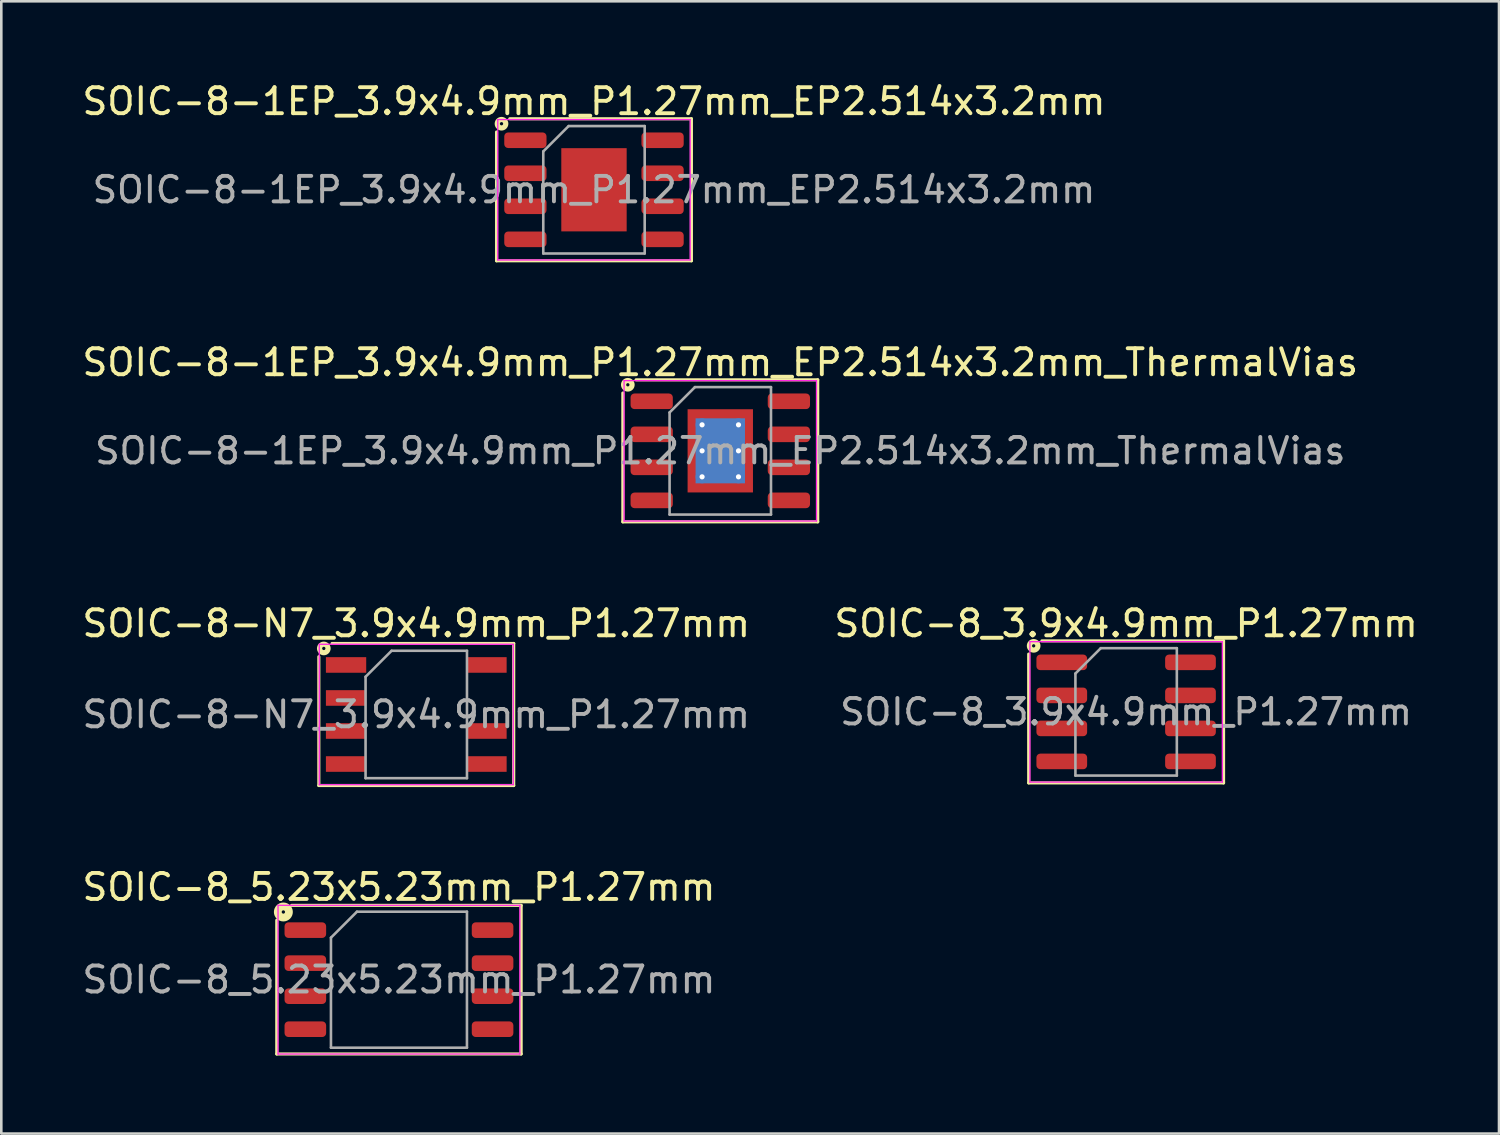
<source format=kicad_pcb>
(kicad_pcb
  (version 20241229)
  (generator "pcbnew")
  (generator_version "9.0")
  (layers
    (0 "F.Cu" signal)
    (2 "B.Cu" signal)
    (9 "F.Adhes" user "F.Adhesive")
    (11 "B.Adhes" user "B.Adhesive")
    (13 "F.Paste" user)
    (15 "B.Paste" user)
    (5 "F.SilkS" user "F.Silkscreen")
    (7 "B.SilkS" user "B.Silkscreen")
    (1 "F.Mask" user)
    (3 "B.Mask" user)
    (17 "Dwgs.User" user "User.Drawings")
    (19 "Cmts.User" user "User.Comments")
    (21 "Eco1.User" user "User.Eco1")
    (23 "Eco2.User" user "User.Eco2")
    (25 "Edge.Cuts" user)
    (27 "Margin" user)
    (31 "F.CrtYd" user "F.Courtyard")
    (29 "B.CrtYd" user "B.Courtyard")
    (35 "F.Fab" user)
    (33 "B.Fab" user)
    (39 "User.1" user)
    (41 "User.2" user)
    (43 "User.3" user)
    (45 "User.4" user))
  (footprint "SOIC-8_5.23x5.23mm_P1.27mm"
    (layer "F.Cu")
    (at 12.292 34.624)
    (property "Reference" "SOIC-8_5.23x5.23mm_P1.27mm" (at 0 -3.56 0) (layer "F.SilkS") (effects (font (size 1 1) (thickness 0.15))))
    (attr smd)
    (fp_line (start -4.699 -2.286) (end -4.699 2.857) (stroke (width 0.12) (type solid)) (layer "F.SilkS"))
    (fp_line (start -4.699 2.857) (end 4.699 2.857) (stroke (width 0.12) (type solid)) (layer "F.SilkS"))
    (fp_line (start 4.699 -2.857) (end -4.128 -2.857) (stroke (width 0.12) (type solid)) (layer "F.SilkS"))
    (fp_line (start 4.699 2.857) (end 4.699 -2.857) (stroke (width 0.12) (type solid)) (layer "F.SilkS"))
    (fp_circle (center -4.445 -2.603) (end -4.381 -2.603) (stroke (width 0.3) (type solid)) (fill no) (layer "F.SilkS"))
    (fp_line (start -4.65 -2.86) (end -4.65 2.86) (stroke (width 0.05) (type solid)) (layer "F.CrtYd"))
    (fp_line (start -4.65 2.86) (end 4.65 2.86) (stroke (width 0.05) (type solid)) (layer "F.CrtYd"))
    (fp_line (start 4.65 -2.86) (end -4.65 -2.86) (stroke (width 0.05) (type solid)) (layer "F.CrtYd"))
    (fp_line (start 4.65 2.86) (end 4.65 -2.86) (stroke (width 0.05) (type solid)) (layer "F.CrtYd"))
    (fp_line (start -2.615 -1.615) (end -1.615 -2.615) (stroke (width 0.1) (type solid)) (layer "F.Fab"))
    (fp_line (start -2.615 2.615) (end -2.615 -1.615) (stroke (width 0.1) (type solid)) (layer "F.Fab"))
    (fp_line (start -1.615 -2.615) (end 2.615 -2.615) (stroke (width 0.1) (type solid)) (layer "F.Fab"))
    (fp_line (start 2.615 -2.615) (end 2.615 2.615) (stroke (width 0.1) (type solid)) (layer "F.Fab"))
    (fp_line (start 2.615 2.615) (end -2.615 2.615) (stroke (width 0.1) (type solid)) (layer "F.Fab"))
    (fp_text user "${REFERENCE}" (at 0 0 0) (layer "F.Fab") (effects (font (size 1 1) (thickness 0.15))))
    (pad "1" smd roundrect (at -3.6 -1.905) (size 1.6 0.6) (layers "F.Cu" "F.Mask" "F.Paste") (roundrect_rratio 0.25))
    (pad "2" smd roundrect (at -3.6 -0.635) (size 1.6 0.6) (layers "F.Cu" "F.Mask" "F.Paste") (roundrect_rratio 0.25))
    (pad "3" smd roundrect (at -3.6 0.635) (size 1.6 0.6) (layers "F.Cu" "F.Mask" "F.Paste") (roundrect_rratio 0.25))
    (pad "4" smd roundrect (at -3.6 1.905) (size 1.6 0.6) (layers "F.Cu" "F.Mask" "F.Paste") (roundrect_rratio 0.25))
    (pad "5" smd roundrect (at 3.6 1.905) (size 1.6 0.6) (layers "F.Cu" "F.Mask" "F.Paste") (roundrect_rratio 0.25))
    (pad "6" smd roundrect (at 3.6 0.635) (size 1.6 0.6) (layers "F.Cu" "F.Mask" "F.Paste") (roundrect_rratio 0.25))
    (pad "7" smd roundrect (at 3.6 -0.635) (size 1.6 0.6) (layers "F.Cu" "F.Mask" "F.Paste") (roundrect_rratio 0.25))
    (pad "8" smd roundrect (at 3.6 -1.905) (size 1.6 0.6) (layers "F.Cu" "F.Mask" "F.Paste") (roundrect_rratio 0.25)))
  (footprint "SOIC-8-1EP_3.9x4.9mm_P1.27mm_EP2.514x3.2mm"
    (layer "F.Cu")
    (at 19.792 4.248)
    (property "Reference" "SOIC-8-1EP_3.9x4.9mm_P1.27mm_EP2.514x3.2mm" (at 0 -3.4 0) (layer "F.SilkS") (effects (font (size 1 1) (thickness 0.15))))
    (attr smd)
    (fp_line (start -3.747 -2.223) (end -3.747 2.731) (stroke (width 0.12) (type solid)) (layer "F.SilkS"))
    (fp_line (start -3.747 2.731) (end 3.747 2.731) (stroke (width 0.12) (type solid)) (layer "F.SilkS"))
    (fp_line (start 3.747 -2.731) (end -3.239 -2.731) (stroke (width 0.12) (type solid)) (layer "F.SilkS"))
    (fp_line (start 3.747 2.731) (end 3.747 -2.731) (stroke (width 0.12) (type solid)) (layer "F.SilkS"))
    (fp_circle (center -3.556 -2.54) (end -3.493 -2.54) (stroke (width 0.2) (type solid)) (fill no) (layer "F.SilkS"))
    (fp_line (start -3.7 -2.7) (end -3.7 2.7) (stroke (width 0.05) (type solid)) (layer "F.CrtYd"))
    (fp_line (start -3.7 2.7) (end 3.7 2.7) (stroke (width 0.05) (type solid)) (layer "F.CrtYd"))
    (fp_line (start 3.7 -2.7) (end -3.7 -2.7) (stroke (width 0.05) (type solid)) (layer "F.CrtYd"))
    (fp_line (start 3.7 2.7) (end 3.7 -2.7) (stroke (width 0.05) (type solid)) (layer "F.CrtYd"))
    (fp_line (start -1.95 -1.475) (end -0.975 -2.45) (stroke (width 0.1) (type solid)) (layer "F.Fab"))
    (fp_line (start -1.95 2.45) (end -1.95 -1.475) (stroke (width 0.1) (type solid)) (layer "F.Fab"))
    (fp_line (start -0.975 -2.45) (end 1.95 -2.45) (stroke (width 0.1) (type solid)) (layer "F.Fab"))
    (fp_line (start 1.95 -2.45) (end 1.95 2.45) (stroke (width 0.1) (type solid)) (layer "F.Fab"))
    (fp_line (start 1.95 2.45) (end -1.95 2.45) (stroke (width 0.1) (type solid)) (layer "F.Fab"))
    (fp_text user "${REFERENCE}" (at 0 0 0) (layer "F.Fab") (effects (font (size 0.98 0.98) (thickness 0.15))))
    (pad "" smd roundrect (at -0.63 -0.8) (size 1.01 1.29) (layers "F.Paste") (roundrect_rratio 0.248))
    (pad "" smd roundrect (at -0.63 0.8) (size 1.01 1.29) (layers "F.Paste") (roundrect_rratio 0.248))
    (pad "" smd roundrect (at 0.63 -0.8) (size 1.01 1.29) (layers "F.Paste") (roundrect_rratio 0.248))
    (pad "" smd roundrect (at 0.63 0.8) (size 1.01 1.29) (layers "F.Paste") (roundrect_rratio 0.248))
    (pad "1" smd roundrect (at -2.638 -1.905) (size 1.625 0.6) (layers "F.Cu" "F.Mask" "F.Paste") (roundrect_rratio 0.25))
    (pad "2" smd roundrect (at -2.638 -0.635) (size 1.625 0.6) (layers "F.Cu" "F.Mask" "F.Paste") (roundrect_rratio 0.25))
    (pad "3" smd roundrect (at -2.638 0.635) (size 1.625 0.6) (layers "F.Cu" "F.Mask" "F.Paste") (roundrect_rratio 0.25))
    (pad "4" smd roundrect (at -2.638 1.905) (size 1.625 0.6) (layers "F.Cu" "F.Mask" "F.Paste") (roundrect_rratio 0.25))
    (pad "5" smd roundrect (at 2.638 1.905) (size 1.625 0.6) (layers "F.Cu" "F.Mask" "F.Paste") (roundrect_rratio 0.25))
    (pad "6" smd roundrect (at 2.638 0.635) (size 1.625 0.6) (layers "F.Cu" "F.Mask" "F.Paste") (roundrect_rratio 0.25))
    (pad "7" smd roundrect (at 2.638 -0.635) (size 1.625 0.6) (layers "F.Cu" "F.Mask" "F.Paste") (roundrect_rratio 0.25))
    (pad "8" smd roundrect (at 2.638 -1.905) (size 1.625 0.6) (layers "F.Cu" "F.Mask" "F.Paste") (roundrect_rratio 0.25))
    (pad "9" smd rect (at 0 0) (size 2.514 3.2) (layers "F.Cu" "F.Mask")))
  (footprint "SOIC-8_3.9x4.9mm_P1.27mm"
    (layer "F.Cu")
    (at 40.256 24.326)
    (property "Reference" "SOIC-8_3.9x4.9mm_P1.27mm" (at 0 -3.4 0) (layer "F.SilkS") (effects (font (size 1 1) (thickness 0.15))))
    (attr smd)
    (fp_line (start -3.747 -2.223) (end -3.747 2.731) (stroke (width 0.12) (type solid)) (layer "F.SilkS"))
    (fp_line (start -3.747 2.731) (end 3.747 2.731) (stroke (width 0.12) (type solid)) (layer "F.SilkS"))
    (fp_line (start 3.747 -2.731) (end -3.239 -2.731) (stroke (width 0.12) (type solid)) (layer "F.SilkS"))
    (fp_line (start 3.747 2.731) (end 3.747 -2.731) (stroke (width 0.12) (type solid)) (layer "F.SilkS"))
    (fp_circle (center -3.556 -2.54) (end -3.493 -2.54) (stroke (width 0.2) (type solid)) (fill no) (layer "F.SilkS"))
    (fp_line (start -3.7 -2.7) (end -3.7 2.7) (stroke (width 0.05) (type solid)) (layer "F.CrtYd"))
    (fp_line (start -3.7 2.7) (end 3.7 2.7) (stroke (width 0.05) (type solid)) (layer "F.CrtYd"))
    (fp_line (start 3.7 -2.7) (end -3.7 -2.7) (stroke (width 0.05) (type solid)) (layer "F.CrtYd"))
    (fp_line (start 3.7 2.7) (end 3.7 -2.7) (stroke (width 0.05) (type solid)) (layer "F.CrtYd"))
    (fp_line (start -1.95 -1.475) (end -0.975 -2.45) (stroke (width 0.1) (type solid)) (layer "F.Fab"))
    (fp_line (start -1.95 2.45) (end -1.95 -1.475) (stroke (width 0.1) (type solid)) (layer "F.Fab"))
    (fp_line (start -0.975 -2.45) (end 1.95 -2.45) (stroke (width 0.1) (type solid)) (layer "F.Fab"))
    (fp_line (start 1.95 -2.45) (end 1.95 2.45) (stroke (width 0.1) (type solid)) (layer "F.Fab"))
    (fp_line (start 1.95 2.45) (end -1.95 2.45) (stroke (width 0.1) (type solid)) (layer "F.Fab"))
    (fp_text user "${REFERENCE}" (at 0 0 0) (layer "F.Fab") (effects (font (size 0.98 0.98) (thickness 0.15))))
    (pad "1" smd roundrect (at -2.475 -1.905) (size 1.95 0.6) (layers "F.Cu" "F.Mask" "F.Paste") (roundrect_rratio 0.25))
    (pad "2" smd roundrect (at -2.475 -0.635) (size 1.95 0.6) (layers "F.Cu" "F.Mask" "F.Paste") (roundrect_rratio 0.25))
    (pad "3" smd roundrect (at -2.475 0.635) (size 1.95 0.6) (layers "F.Cu" "F.Mask" "F.Paste") (roundrect_rratio 0.25))
    (pad "4" smd roundrect (at -2.475 1.905) (size 1.95 0.6) (layers "F.Cu" "F.Mask" "F.Paste") (roundrect_rratio 0.25))
    (pad "5" smd roundrect (at 2.475 1.905) (size 1.95 0.6) (layers "F.Cu" "F.Mask" "F.Paste") (roundrect_rratio 0.25))
    (pad "6" smd roundrect (at 2.475 0.635) (size 1.95 0.6) (layers "F.Cu" "F.Mask" "F.Paste") (roundrect_rratio 0.25))
    (pad "7" smd roundrect (at 2.475 -0.635) (size 1.95 0.6) (layers "F.Cu" "F.Mask" "F.Paste") (roundrect_rratio 0.25))
    (pad "8" smd roundrect (at 2.475 -1.905) (size 1.95 0.6) (layers "F.Cu" "F.Mask" "F.Paste") (roundrect_rratio 0.25)))
  (footprint "SOIC-8-N7_3.9x4.9mm_P1.27mm"
    (layer "F.Cu")
    (at 12.958 24.426)
    (property "Reference" "SOIC-8-N7_3.9x4.9mm_P1.27mm" (at 0 -3.5 0) (layer "F.SilkS") (effects (font (size 1 1) (thickness 0.15))))
    (attr smd)
    (fp_line (start -3.747 -2.223) (end -3.747 2.731) (stroke (width 0.12) (type solid)) (layer "F.SilkS"))
    (fp_line (start -3.747 2.731) (end 3.747 2.731) (stroke (width 0.12) (type solid)) (layer "F.SilkS"))
    (fp_line (start 3.747 -2.731) (end -3.239 -2.731) (stroke (width 0.12) (type solid)) (layer "F.SilkS"))
    (fp_line (start 3.747 2.731) (end 3.747 -2.731) (stroke (width 0.12) (type solid)) (layer "F.SilkS"))
    (fp_circle (center -3.556 -2.54) (end -3.493 -2.54) (stroke (width 0.2) (type solid)) (fill no) (layer "F.SilkS"))
    (fp_line (start -3.73 -2.7) (end -3.73 2.7) (stroke (width 0.05) (type solid)) (layer "F.CrtYd"))
    (fp_line (start -3.73 -2.7) (end 3.73 -2.7) (stroke (width 0.05) (type solid)) (layer "F.CrtYd"))
    (fp_line (start -3.73 2.7) (end 3.73 2.7) (stroke (width 0.05) (type solid)) (layer "F.CrtYd"))
    (fp_line (start 3.73 -2.7) (end 3.73 2.7) (stroke (width 0.05) (type solid)) (layer "F.CrtYd"))
    (fp_line (start -1.95 -1.45) (end -0.95 -2.45) (stroke (width 0.1) (type solid)) (layer "F.Fab"))
    (fp_line (start -1.95 2.45) (end -1.95 -1.45) (stroke (width 0.1) (type solid)) (layer "F.Fab"))
    (fp_line (start -0.95 -2.45) (end 1.95 -2.45) (stroke (width 0.1) (type solid)) (layer "F.Fab"))
    (fp_line (start 1.95 -2.45) (end 1.95 2.45) (stroke (width 0.1) (type solid)) (layer "F.Fab"))
    (fp_line (start 1.95 2.45) (end -1.95 2.45) (stroke (width 0.1) (type solid)) (layer "F.Fab"))
    (fp_text user "${REFERENCE}" (at 0 0 0) (layer "F.Fab") (effects (font (size 1 1) (thickness 0.15))))
    (pad "1" smd rect (at -2.7 -1.905) (size 1.55 0.6) (layers "F.Cu" "F.Mask" "F.Paste"))
    (pad "2" smd rect (at -2.7 -0.635) (size 1.55 0.6) (layers "F.Cu" "F.Mask" "F.Paste"))
    (pad "3" smd rect (at -2.7 0.635) (size 1.55 0.6) (layers "F.Cu" "F.Mask" "F.Paste"))
    (pad "4" smd rect (at -2.7 1.905) (size 1.55 0.6) (layers "F.Cu" "F.Mask" "F.Paste"))
    (pad "5" smd rect (at 2.7 1.905) (size 1.55 0.6) (layers "F.Cu" "F.Mask" "F.Paste"))
    (pad "6" smd rect (at 2.7 0.635) (size 1.55 0.6) (layers "F.Cu" "F.Mask" "F.Paste"))
    (pad "8" smd rect (at 2.7 -1.905) (size 1.55 0.6) (layers "F.Cu" "F.Mask" "F.Paste")))
  (footprint "SOIC-8-1EP_3.9x4.9mm_P1.27mm_EP2.514x3.2mm_ThermalVias"
    (layer "F.Cu")
    (at 24.649 14.287)
    (property "Reference" "SOIC-8-1EP_3.9x4.9mm_P1.27mm_EP2.514x3.2mm_ThermalVias" (at 0 -3.4 0) (layer "F.SilkS") (effects (font (size 1 1) (thickness 0.15))))
    (attr smd)
    (fp_line (start -3.747 -2.223) (end -3.747 2.731) (stroke (width 0.12) (type solid)) (layer "F.SilkS"))
    (fp_line (start -3.747 2.731) (end 3.747 2.731) (stroke (width 0.12) (type solid)) (layer "F.SilkS"))
    (fp_line (start 3.747 -2.731) (end -3.239 -2.731) (stroke (width 0.12) (type solid)) (layer "F.SilkS"))
    (fp_line (start 3.747 2.731) (end 3.747 -2.731) (stroke (width 0.12) (type solid)) (layer "F.SilkS"))
    (fp_circle (center -3.556 -2.54) (end -3.493 -2.54) (stroke (width 0.2) (type solid)) (fill no) (layer "F.SilkS"))
    (fp_line (start -3.7 -2.7) (end -3.7 2.7) (stroke (width 0.05) (type solid)) (layer "F.CrtYd"))
    (fp_line (start -3.7 2.7) (end 3.7 2.7) (stroke (width 0.05) (type solid)) (layer "F.CrtYd"))
    (fp_line (start 3.7 -2.7) (end -3.7 -2.7) (stroke (width 0.05) (type solid)) (layer "F.CrtYd"))
    (fp_line (start 3.7 2.7) (end 3.7 -2.7) (stroke (width 0.05) (type solid)) (layer "F.CrtYd"))
    (fp_line (start -1.95 -1.475) (end -0.975 -2.45) (stroke (width 0.1) (type solid)) (layer "F.Fab"))
    (fp_line (start -1.95 2.45) (end -1.95 -1.475) (stroke (width 0.1) (type solid)) (layer "F.Fab"))
    (fp_line (start -0.975 -2.45) (end 1.95 -2.45) (stroke (width 0.1) (type solid)) (layer "F.Fab"))
    (fp_line (start 1.95 -2.45) (end 1.95 2.45) (stroke (width 0.1) (type solid)) (layer "F.Fab"))
    (fp_line (start 1.95 2.45) (end -1.95 2.45) (stroke (width 0.1) (type solid)) (layer "F.Fab"))
    (fp_text user "${REFERENCE}" (at 0 0 0) (layer "F.Fab") (effects (font (size 0.98 0.98) (thickness 0.15))))
    (pad "" smd roundrect (at -0.63 -0.8) (size 1.05 1.34) (layers "F.Paste") (roundrect_rratio 0.238))
    (pad "" smd roundrect (at -0.63 0.8) (size 1.05 1.34) (layers "F.Paste") (roundrect_rratio 0.238))
    (pad "" smd roundrect (at 0.63 -0.8) (size 1.05 1.34) (layers "F.Paste") (roundrect_rratio 0.238))
    (pad "" smd roundrect (at 0.63 0.8) (size 1.05 1.34) (layers "F.Paste") (roundrect_rratio 0.238))
    (pad "1" smd roundrect (at -2.638 -1.905) (size 1.625 0.6) (layers "F.Cu" "F.Mask" "F.Paste") (roundrect_rratio 0.25))
    (pad "2" smd roundrect (at -2.638 -0.635) (size 1.625 0.6) (layers "F.Cu" "F.Mask" "F.Paste") (roundrect_rratio 0.25))
    (pad "3" smd roundrect (at -2.638 0.635) (size 1.625 0.6) (layers "F.Cu" "F.Mask" "F.Paste") (roundrect_rratio 0.25))
    (pad "4" smd roundrect (at -2.638 1.905) (size 1.625 0.6) (layers "F.Cu" "F.Mask" "F.Paste") (roundrect_rratio 0.25))
    (pad "5" smd roundrect (at 2.638 1.905) (size 1.625 0.6) (layers "F.Cu" "F.Mask" "F.Paste") (roundrect_rratio 0.25))
    (pad "6" smd roundrect (at 2.638 0.635) (size 1.625 0.6) (layers "F.Cu" "F.Mask" "F.Paste") (roundrect_rratio 0.25))
    (pad "7" smd roundrect (at 2.638 -0.635) (size 1.625 0.6) (layers "F.Cu" "F.Mask" "F.Paste") (roundrect_rratio 0.25))
    (pad "8" smd roundrect (at 2.638 -1.905) (size 1.625 0.6) (layers "F.Cu" "F.Mask" "F.Paste") (roundrect_rratio 0.25))
    (pad "9" thru_hole circle (at -0.7 -1) (size 0.5 0.5) (drill 0.2) (layers "*.Cu"))
    (pad "9" thru_hole circle (at -0.7 0) (size 0.5 0.5) (drill 0.2) (layers "*.Cu"))
    (pad "9" thru_hole circle (at -0.7 1) (size 0.5 0.5) (drill 0.2) (layers "*.Cu"))
    (pad "9" smd rect (at 0 0) (size 1.9 2.5) (layers "B.Cu" "B.Mask"))
    (pad "9" smd rect (at 0 0) (size 2.514 3.2) (layers "F.Cu" "F.Mask"))
    (pad "9" thru_hole circle (at 0.7 -1) (size 0.5 0.5) (drill 0.2) (layers "*.Cu"))
    (pad "9" thru_hole circle (at 0.7 0) (size 0.5 0.5) (drill 0.2) (layers "*.Cu"))
    (pad "9" thru_hole circle (at 0.7 1) (size 0.5 0.5) (drill 0.2) (layers "*.Cu")))
  (gr_rect
    (start -3 -3)
    (end 54.595 40.542)
    (stroke (width 0.1) (type default))
    (fill no)
    (layer "Edge.Cuts")))
</source>
